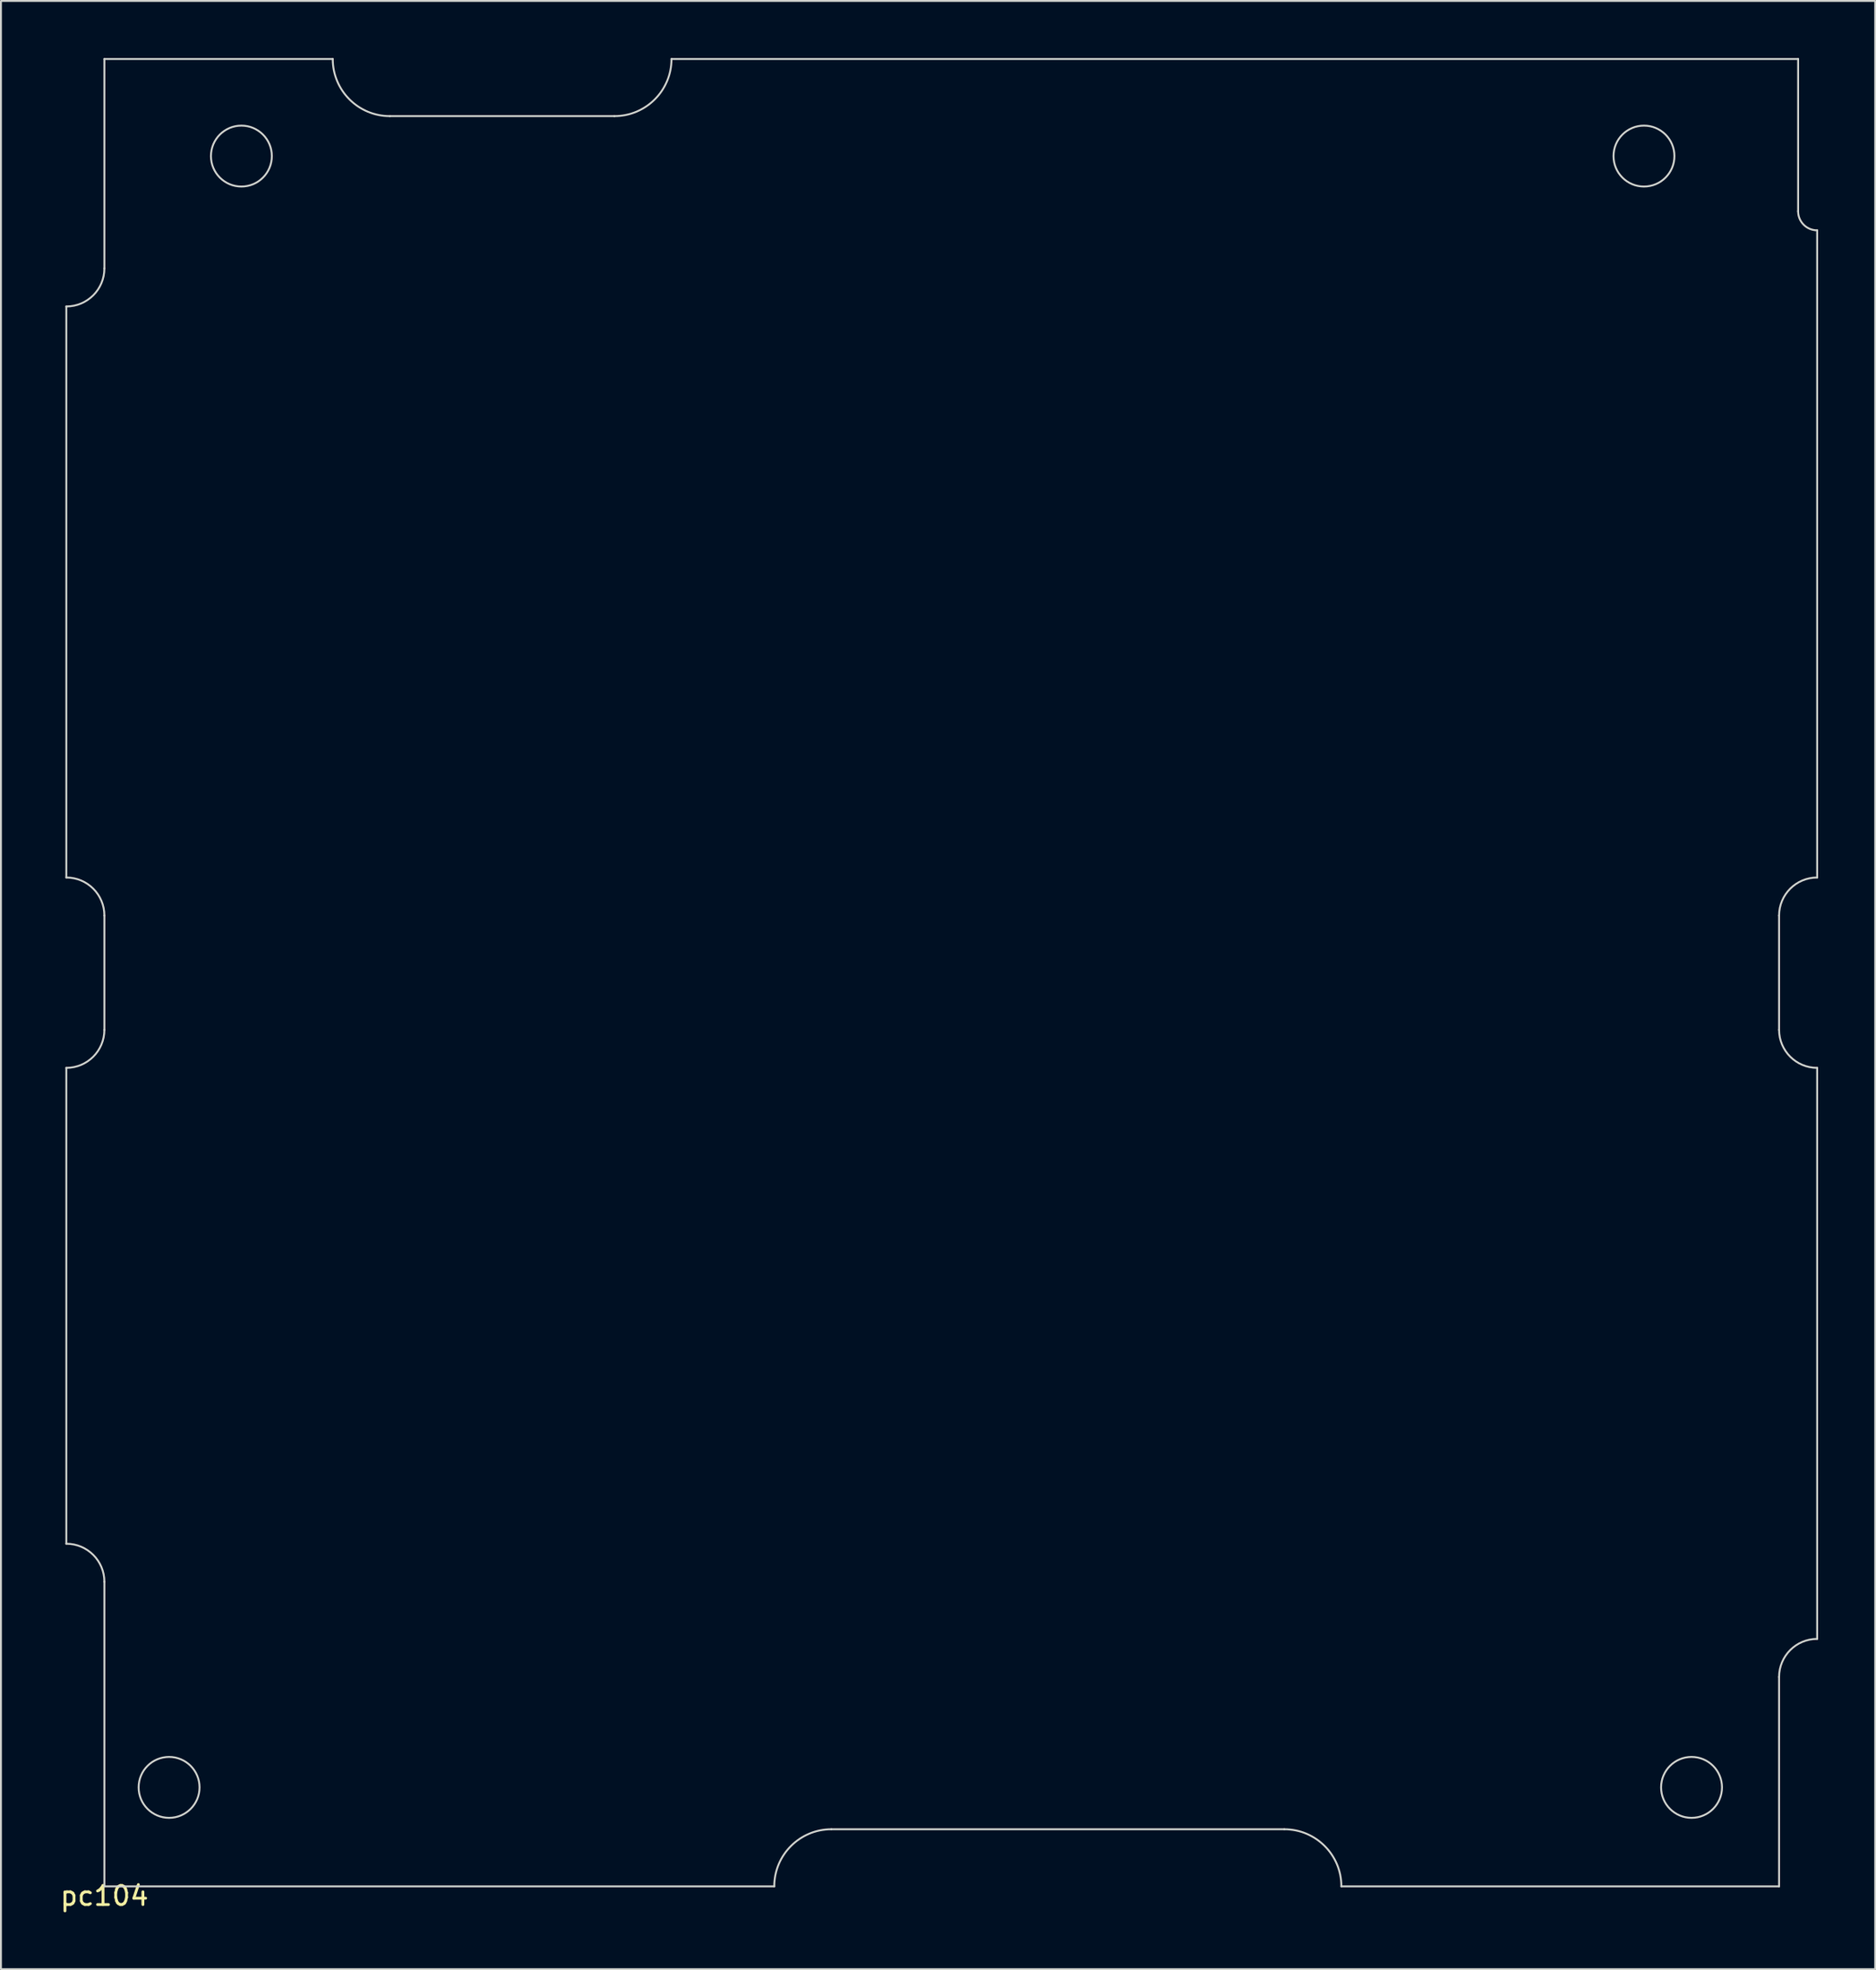
<source format=kicad_pcb>
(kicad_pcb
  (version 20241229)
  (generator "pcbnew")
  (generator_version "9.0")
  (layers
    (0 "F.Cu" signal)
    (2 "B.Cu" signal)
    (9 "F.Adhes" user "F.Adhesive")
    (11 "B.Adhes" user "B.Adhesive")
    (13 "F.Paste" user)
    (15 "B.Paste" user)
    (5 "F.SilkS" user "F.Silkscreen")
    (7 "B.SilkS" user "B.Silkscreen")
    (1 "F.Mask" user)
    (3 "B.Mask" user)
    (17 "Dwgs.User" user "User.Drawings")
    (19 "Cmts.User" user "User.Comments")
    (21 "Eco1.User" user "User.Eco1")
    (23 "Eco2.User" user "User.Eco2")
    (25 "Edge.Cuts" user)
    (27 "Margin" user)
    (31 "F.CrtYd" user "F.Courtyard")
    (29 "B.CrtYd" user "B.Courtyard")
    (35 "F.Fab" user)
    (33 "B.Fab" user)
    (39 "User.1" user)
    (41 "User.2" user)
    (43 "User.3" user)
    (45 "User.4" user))
  (footprint "pc104"
    (layer "F.Cu")
    (at 2.435 96.05)
    (property "Reference" "pc104" (at 0 0.5 0) (layer "F.SilkS") (effects (font (size 1 1) (thickness 0.15))))
    (attr through_hole)
    (fp_line (start -2 -83) (end -2 -53) (stroke (width 0.1) (type solid)) (layer "Edge.Cuts"))
    (fp_line (start -2 -43) (end -2 -18) (stroke (width 0.1) (type solid)) (layer "Edge.Cuts"))
    (fp_line (start 0 -96) (end 0 -85) (stroke (width 0.1) (type solid)) (layer "Edge.Cuts"))
    (fp_line (start 0 -51) (end 0 -45) (stroke (width 0.1) (type solid)) (layer "Edge.Cuts"))
    (fp_line (start 0 -16) (end 0 0) (stroke (width 0.1) (type solid)) (layer "Edge.Cuts"))
    (fp_line (start 0 0) (end 35.2 0) (stroke (width 0.1) (type solid)) (layer "Edge.Cuts"))
    (fp_line (start 12 -96) (end 0 -96) (stroke (width 0.1) (type solid)) (layer "Edge.Cuts"))
    (fp_line (start 26.8 -93) (end 15 -93) (stroke (width 0.1) (type solid)) (layer "Edge.Cuts"))
    (fp_line (start 38.2 -3) (end 62 -3) (stroke (width 0.1) (type solid)) (layer "Edge.Cuts"))
    (fp_line (start 65 0) (end 88 0) (stroke (width 0.1) (type solid)) (layer "Edge.Cuts"))
    (fp_line (start 88 -45) (end 88 -51) (stroke (width 0.1) (type solid)) (layer "Edge.Cuts"))
    (fp_line (start 88 0) (end 88 -11) (stroke (width 0.1) (type solid)) (layer "Edge.Cuts"))
    (fp_line (start 89 -96) (end 29.8 -96) (stroke (width 0.1) (type solid)) (layer "Edge.Cuts"))
    (fp_line (start 89 -88) (end 89 -96) (stroke (width 0.1) (type solid)) (layer "Edge.Cuts"))
    (fp_line (start 90 -53) (end 90 -87) (stroke (width 0.1) (type solid)) (layer "Edge.Cuts"))
    (fp_line (start 90 -13) (end 90 -43) (stroke (width 0.1) (type solid)) (layer "Edge.Cuts"))
    (fp_arc (start -2 -53) (mid -0.585786 -52.414214) (end 0 -51) (stroke (width 0.1) (type solid)) (layer "Edge.Cuts"))
    (fp_arc (start -2 -18) (mid -0.585786 -17.414214) (end 0 -16) (stroke (width 0.1) (type solid)) (layer "Edge.Cuts"))
    (fp_arc (start 0 -85) (mid -0.585786 -83.585786) (end -2 -83) (stroke (width 0.1) (type solid)) (layer "Edge.Cuts"))
    (fp_arc (start 0 -45) (mid -0.585786 -43.585786) (end -2 -43) (stroke (width 0.1) (type solid)) (layer "Edge.Cuts"))
    (fp_arc (start 15 -93) (mid 12.87868 -93.87868) (end 12 -96) (stroke (width 0.1) (type solid)) (layer "Edge.Cuts"))
    (fp_arc (start 29.8 -96) (mid 28.92132 -93.87868) (end 26.8 -93) (stroke (width 0.1) (type solid)) (layer "Edge.Cuts"))
    (fp_arc (start 35.2 0) (mid 36.07868 -2.12132) (end 38.2 -3) (stroke (width 0.1) (type solid)) (layer "Edge.Cuts"))
    (fp_arc (start 62 -3) (mid 64.12132 -2.12132) (end 65 0) (stroke (width 0.1) (type solid)) (layer "Edge.Cuts"))
    (fp_arc (start 88 -51) (mid 88.585786 -52.414214) (end 90 -53) (stroke (width 0.1) (type solid)) (layer "Edge.Cuts"))
    (fp_arc (start 88 -11) (mid 88.585786 -12.414214) (end 90 -13) (stroke (width 0.1) (type solid)) (layer "Edge.Cuts"))
    (fp_arc (start 90 -87) (mid 89.292893 -87.292893) (end 89 -88) (stroke (width 0.1) (type solid)) (layer "Edge.Cuts"))
    (fp_arc (start 90 -43) (mid 88.585786 -43.585786) (end 88 -45) (stroke (width 0.1) (type solid)) (layer "Edge.Cuts"))
    (fp_circle (center 3.4 -5.2) (end 5 -5.2) (stroke (width 0.1) (type solid)) (fill no) (layer "Edge.Cuts"))
    (fp_circle (center 7.2 -90.9) (end 8.8 -90.9) (stroke (width 0.1) (type solid)) (fill no) (layer "Edge.Cuts"))
    (fp_circle (center 80.9 -90.9) (end 82.5 -90.9) (stroke (width 0.1) (type solid)) (fill no) (layer "Edge.Cuts"))
    (fp_circle (center 83.4 -5.2) (end 85 -5.2) (stroke (width 0.1) (type solid)) (fill no) (layer "Edge.Cuts")))
  (gr_rect
    (start -3 -3)
    (end 95.485 100.398)
    (stroke (width 0.1) (type default))
    (fill no)
    (layer "Edge.Cuts")))
</source>
